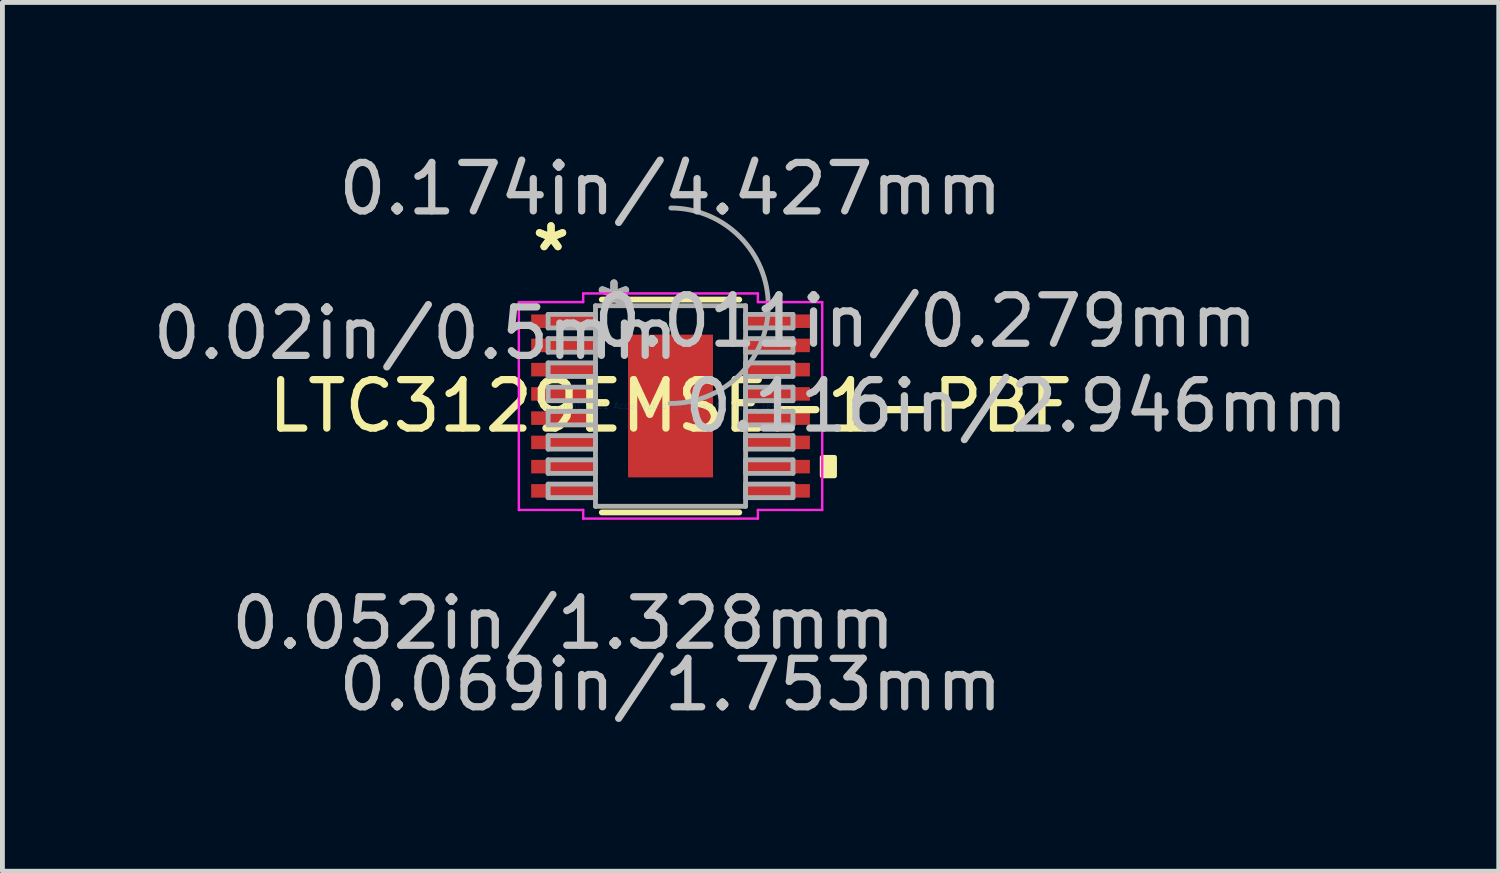
<source format=kicad_pcb>
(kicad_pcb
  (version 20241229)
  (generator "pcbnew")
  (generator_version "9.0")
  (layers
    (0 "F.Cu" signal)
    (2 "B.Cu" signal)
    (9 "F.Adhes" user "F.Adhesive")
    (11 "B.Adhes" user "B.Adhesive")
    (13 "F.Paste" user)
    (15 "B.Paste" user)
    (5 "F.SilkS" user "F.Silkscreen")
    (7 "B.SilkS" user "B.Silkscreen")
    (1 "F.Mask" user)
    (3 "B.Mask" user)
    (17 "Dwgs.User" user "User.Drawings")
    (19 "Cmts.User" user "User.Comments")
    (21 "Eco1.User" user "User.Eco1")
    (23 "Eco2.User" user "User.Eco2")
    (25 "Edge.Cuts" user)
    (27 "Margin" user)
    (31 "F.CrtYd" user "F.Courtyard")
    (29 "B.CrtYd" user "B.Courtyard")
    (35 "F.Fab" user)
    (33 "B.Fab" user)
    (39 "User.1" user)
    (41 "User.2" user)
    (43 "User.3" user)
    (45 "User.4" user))
  (footprint "LTC3129EMSE-1-PBF"
    (layer "F.Cu")
    (at 10.791 5.331)
    (property "Reference" "LTC3129EMSE-1-PBF" (at 0 0 0) (layer "F.SilkS") (effects (font (size 1 1) (thickness 0.15))))
    (attr through_hole)
    (fp_line (start -1.419 2.197) (end 1.419 2.197) (stroke (width 0.12) (type solid)) (layer "F.SilkS"))
    (fp_line (start 1.419 -2.197) (end -1.419 -2.197) (stroke (width 0.12) (type solid)) (layer "F.SilkS"))
    (fp_poly (pts (xy 3.385 1.06) (xy 3.385 1.441) (xy 3.131 1.441) (xy 3.131 1.06)) (stroke (width 0.1) (type solid)) (fill yes) (layer "F.SilkS"))
    (fp_poly (pts (xy -0.776 -1.373) (xy -0.776 -0.1) (xy 0.776 -0.1) (xy 0.776 -1.373)) (stroke (width 0.1) (type solid)) (fill yes) (layer "F.Paste"))
    (fp_poly (pts (xy -0.776 0.1) (xy -0.776 1.373) (xy 0.776 1.373) (xy 0.776 0.1)) (stroke (width 0.1) (type solid)) (fill yes) (layer "F.Paste"))
    (fp_line (start -3.131 -2.145) (end -1.803 -2.145) (stroke (width 0.05) (type solid)) (layer "F.CrtYd"))
    (fp_line (start -3.131 2.145) (end -3.131 -2.145) (stroke (width 0.05) (type solid)) (layer "F.CrtYd"))
    (fp_line (start -1.803 -2.324) (end 1.803 -2.324) (stroke (width 0.05) (type solid)) (layer "F.CrtYd"))
    (fp_line (start -1.803 -2.145) (end -1.803 -2.324) (stroke (width 0.05) (type solid)) (layer "F.CrtYd"))
    (fp_line (start -1.803 2.145) (end -3.131 2.145) (stroke (width 0.05) (type solid)) (layer "F.CrtYd"))
    (fp_line (start -1.803 2.324) (end -1.803 2.145) (stroke (width 0.05) (type solid)) (layer "F.CrtYd"))
    (fp_line (start 1.803 -2.324) (end 1.803 -2.145) (stroke (width 0.05) (type solid)) (layer "F.CrtYd"))
    (fp_line (start 1.803 -2.145) (end 3.131 -2.145) (stroke (width 0.05) (type solid)) (layer "F.CrtYd"))
    (fp_line (start 1.803 2.145) (end 1.803 2.324) (stroke (width 0.05) (type solid)) (layer "F.CrtYd"))
    (fp_line (start 1.803 2.324) (end -1.803 2.324) (stroke (width 0.05) (type solid)) (layer "F.CrtYd"))
    (fp_line (start 3.131 -2.145) (end 3.131 2.145) (stroke (width 0.05) (type solid)) (layer "F.CrtYd"))
    (fp_line (start 3.131 2.145) (end 1.803 2.145) (stroke (width 0.05) (type solid)) (layer "F.CrtYd"))
    (fp_line (start -2.527 -1.891) (end -2.527 -1.612) (stroke (width 0.1) (type solid)) (layer "F.Fab"))
    (fp_line (start -2.527 -1.612) (end -1.549 -1.612) (stroke (width 0.1) (type solid)) (layer "F.Fab"))
    (fp_line (start -2.527 -1.391) (end -2.527 -1.111) (stroke (width 0.1) (type solid)) (layer "F.Fab"))
    (fp_line (start -2.527 -1.111) (end -1.549 -1.111) (stroke (width 0.1) (type solid)) (layer "F.Fab"))
    (fp_line (start -2.527 -0.89) (end -2.527 -0.611) (stroke (width 0.1) (type solid)) (layer "F.Fab"))
    (fp_line (start -2.527 -0.611) (end -1.549 -0.611) (stroke (width 0.1) (type solid)) (layer "F.Fab"))
    (fp_line (start -2.527 -0.39) (end -2.527 -0.11) (stroke (width 0.1) (type solid)) (layer "F.Fab"))
    (fp_line (start -2.527 -0.11) (end -1.549 -0.11) (stroke (width 0.1) (type solid)) (layer "F.Fab"))
    (fp_line (start -2.527 0.11) (end -2.527 0.39) (stroke (width 0.1) (type solid)) (layer "F.Fab"))
    (fp_line (start -2.527 0.39) (end -1.549 0.39) (stroke (width 0.1) (type solid)) (layer "F.Fab"))
    (fp_line (start -2.527 0.611) (end -2.527 0.89) (stroke (width 0.1) (type solid)) (layer "F.Fab"))
    (fp_line (start -2.527 0.89) (end -1.549 0.89) (stroke (width 0.1) (type solid)) (layer "F.Fab"))
    (fp_line (start -2.527 1.111) (end -2.527 1.391) (stroke (width 0.1) (type solid)) (layer "F.Fab"))
    (fp_line (start -2.527 1.391) (end -1.549 1.391) (stroke (width 0.1) (type solid)) (layer "F.Fab"))
    (fp_line (start -2.527 1.612) (end -2.527 1.891) (stroke (width 0.1) (type solid)) (layer "F.Fab"))
    (fp_line (start -2.527 1.891) (end -1.549 1.891) (stroke (width 0.1) (type solid)) (layer "F.Fab"))
    (fp_line (start -1.549 -2.07) (end -1.549 2.07) (stroke (width 0.1) (type solid)) (layer "F.Fab"))
    (fp_line (start -1.549 -1.891) (end -2.527 -1.891) (stroke (width 0.1) (type solid)) (layer "F.Fab"))
    (fp_line (start -1.549 -1.612) (end -1.549 -1.891) (stroke (width 0.1) (type solid)) (layer "F.Fab"))
    (fp_line (start -1.549 -1.391) (end -2.527 -1.391) (stroke (width 0.1) (type solid)) (layer "F.Fab"))
    (fp_line (start -1.549 -1.111) (end -1.549 -1.391) (stroke (width 0.1) (type solid)) (layer "F.Fab"))
    (fp_line (start -1.549 -0.89) (end -2.527 -0.89) (stroke (width 0.1) (type solid)) (layer "F.Fab"))
    (fp_line (start -1.549 -0.611) (end -1.549 -0.89) (stroke (width 0.1) (type solid)) (layer "F.Fab"))
    (fp_line (start -1.549 -0.39) (end -2.527 -0.39) (stroke (width 0.1) (type solid)) (layer "F.Fab"))
    (fp_line (start -1.549 -0.11) (end -1.549 -0.39) (stroke (width 0.1) (type solid)) (layer "F.Fab"))
    (fp_line (start -1.549 0.11) (end -2.527 0.11) (stroke (width 0.1) (type solid)) (layer "F.Fab"))
    (fp_line (start -1.549 0.39) (end -1.549 0.11) (stroke (width 0.1) (type solid)) (layer "F.Fab"))
    (fp_line (start -1.549 0.611) (end -2.527 0.611) (stroke (width 0.1) (type solid)) (layer "F.Fab"))
    (fp_line (start -1.549 0.89) (end -1.549 0.611) (stroke (width 0.1) (type solid)) (layer "F.Fab"))
    (fp_line (start -1.549 1.111) (end -2.527 1.111) (stroke (width 0.1) (type solid)) (layer "F.Fab"))
    (fp_line (start -1.549 1.391) (end -1.549 1.111) (stroke (width 0.1) (type solid)) (layer "F.Fab"))
    (fp_line (start -1.549 1.612) (end -2.527 1.612) (stroke (width 0.1) (type solid)) (layer "F.Fab"))
    (fp_line (start -1.549 1.891) (end -1.549 1.612) (stroke (width 0.1) (type solid)) (layer "F.Fab"))
    (fp_line (start -1.549 2.07) (end 1.549 2.07) (stroke (width 0.1) (type solid)) (layer "F.Fab"))
    (fp_line (start 1.549 -2.07) (end -1.549 -2.07) (stroke (width 0.1) (type solid)) (layer "F.Fab"))
    (fp_line (start 1.549 -1.891) (end 1.549 -1.612) (stroke (width 0.1) (type solid)) (layer "F.Fab"))
    (fp_line (start 1.549 -1.612) (end 2.527 -1.612) (stroke (width 0.1) (type solid)) (layer "F.Fab"))
    (fp_line (start 1.549 -1.391) (end 1.549 -1.111) (stroke (width 0.1) (type solid)) (layer "F.Fab"))
    (fp_line (start 1.549 -1.111) (end 2.527 -1.111) (stroke (width 0.1) (type solid)) (layer "F.Fab"))
    (fp_line (start 1.549 -0.89) (end 1.549 -0.611) (stroke (width 0.1) (type solid)) (layer "F.Fab"))
    (fp_line (start 1.549 -0.611) (end 2.527 -0.611) (stroke (width 0.1) (type solid)) (layer "F.Fab"))
    (fp_line (start 1.549 -0.39) (end 1.549 -0.11) (stroke (width 0.1) (type solid)) (layer "F.Fab"))
    (fp_line (start 1.549 -0.11) (end 2.527 -0.11) (stroke (width 0.1) (type solid)) (layer "F.Fab"))
    (fp_line (start 1.549 0.11) (end 1.549 0.39) (stroke (width 0.1) (type solid)) (layer "F.Fab"))
    (fp_line (start 1.549 0.39) (end 2.527 0.39) (stroke (width 0.1) (type solid)) (layer "F.Fab"))
    (fp_line (start 1.549 0.611) (end 1.549 0.89) (stroke (width 0.1) (type solid)) (layer "F.Fab"))
    (fp_line (start 1.549 0.89) (end 2.527 0.89) (stroke (width 0.1) (type solid)) (layer "F.Fab"))
    (fp_line (start 1.549 1.111) (end 1.549 1.391) (stroke (width 0.1) (type solid)) (layer "F.Fab"))
    (fp_line (start 1.549 1.391) (end 2.527 1.391) (stroke (width 0.1) (type solid)) (layer "F.Fab"))
    (fp_line (start 1.549 1.612) (end 1.549 1.891) (stroke (width 0.1) (type solid)) (layer "F.Fab"))
    (fp_line (start 1.549 1.891) (end 2.527 1.891) (stroke (width 0.1) (type solid)) (layer "F.Fab"))
    (fp_line (start 1.549 2.07) (end 1.549 -2.07) (stroke (width 0.1) (type solid)) (layer "F.Fab"))
    (fp_line (start 2.527 -1.891) (end 1.549 -1.891) (stroke (width 0.1) (type solid)) (layer "F.Fab"))
    (fp_line (start 2.527 -1.612) (end 2.527 -1.891) (stroke (width 0.1) (type solid)) (layer "F.Fab"))
    (fp_line (start 2.527 -1.391) (end 1.549 -1.391) (stroke (width 0.1) (type solid)) (layer "F.Fab"))
    (fp_line (start 2.527 -1.111) (end 2.527 -1.391) (stroke (width 0.1) (type solid)) (layer "F.Fab"))
    (fp_line (start 2.527 -0.89) (end 1.549 -0.89) (stroke (width 0.1) (type solid)) (layer "F.Fab"))
    (fp_line (start 2.527 -0.611) (end 2.527 -0.89) (stroke (width 0.1) (type solid)) (layer "F.Fab"))
    (fp_line (start 2.527 -0.39) (end 1.549 -0.39) (stroke (width 0.1) (type solid)) (layer "F.Fab"))
    (fp_line (start 2.527 -0.11) (end 2.527 -0.39) (stroke (width 0.1) (type solid)) (layer "F.Fab"))
    (fp_line (start 2.527 0.11) (end 1.549 0.11) (stroke (width 0.1) (type solid)) (layer "F.Fab"))
    (fp_line (start 2.527 0.39) (end 2.527 0.11) (stroke (width 0.1) (type solid)) (layer "F.Fab"))
    (fp_line (start 2.527 0.611) (end 1.549 0.611) (stroke (width 0.1) (type solid)) (layer "F.Fab"))
    (fp_line (start 2.527 0.89) (end 2.527 0.611) (stroke (width 0.1) (type solid)) (layer "F.Fab"))
    (fp_line (start 2.527 1.111) (end 1.549 1.111) (stroke (width 0.1) (type solid)) (layer "F.Fab"))
    (fp_line (start 2.527 1.391) (end 2.527 1.111) (stroke (width 0.1) (type solid)) (layer "F.Fab"))
    (fp_line (start 2.527 1.612) (end 1.549 1.612) (stroke (width 0.1) (type solid)) (layer "F.Fab"))
    (fp_line (start 2.527 1.891) (end 2.527 1.612) (stroke (width 0.1) (type solid)) (layer "F.Fab"))
    (fp_arc (start 0.007742 -4.08762) (mid 2.01752 -2.062358) (end -0.007742 -0.05258) (stroke (width 0.1) (type solid)) (layer "F.Fab"))
    (fp_text user "*" (at -2.467 -3.174 0) (layer "F.SilkS") (effects (font (size 1 1) (thickness 0.15))))
    (fp_text user "*" (at -2.467 -3.174 0) (layer "F.SilkS") (effects (font (size 1 1) (thickness 0.15))))
    (fp_text user "0.069in/1.753mm" (at 0 5.753 0) (layer "Dwgs.User") (effects (font (size 1 1) (thickness 0.15))))
    (fp_text user "0.116in/2.946mm" (at 7.137 0 0) (layer "Dwgs.User") (effects (font (size 1 1) (thickness 0.15))))
    (fp_text user "0.174in/4.427mm" (at 0 -4.483 0) (layer "Dwgs.User") (effects (font (size 1 1) (thickness 0.15))))
    (fp_text user "0.011in/0.279mm" (at 5.261 -1.751 0) (layer "Dwgs.User") (effects (font (size 1 1) (thickness 0.15))))
    (fp_text user "0.02in/0.5mm" (at -5.261 -1.501 0) (layer "Dwgs.User") (effects (font (size 1 1) (thickness 0.15))))
    (fp_text user "0.052in/1.328mm" (at -2.213 4.483 0) (layer "Dwgs.User") (effects (font (size 1 1) (thickness 0.15))))
    (fp_text user "Copyright 2021 Accelerated Designs. All rights reserved." (at 0 0 0) (layer "Cmts.User") (effects (font (size 0.127 0.127) (thickness 0.002))))
    (fp_text user "*" (at -1.168 -1.994 0) (layer "F.Fab") (effects (font (size 1 1) (thickness 0.15))))
    (fp_text user "*" (at -1.168 -1.994 0) (layer "F.Fab") (effects (font (size 1 1) (thickness 0.15))))
    (pad "1" smd rect (at -2.213 -1.751) (size 1.328 0.279) (layers "F.Cu" "F.Mask" "F.Paste"))
    (pad "2" smd rect (at -2.213 -1.251) (size 1.328 0.279) (layers "F.Cu" "F.Mask" "F.Paste"))
    (pad "3" smd rect (at -2.213 -0.751) (size 1.328 0.279) (layers "F.Cu" "F.Mask" "F.Paste"))
    (pad "4" smd rect (at -2.213 -0.25) (size 1.328 0.279) (layers "F.Cu" "F.Mask" "F.Paste"))
    (pad "5" smd rect (at -2.213 0.25) (size 1.328 0.279) (layers "F.Cu" "F.Mask" "F.Paste"))
    (pad "6" smd rect (at -2.213 0.751) (size 1.328 0.279) (layers "F.Cu" "F.Mask" "F.Paste"))
    (pad "7" smd rect (at -2.213 1.251) (size 1.328 0.279) (layers "F.Cu" "F.Mask" "F.Paste"))
    (pad "8" smd rect (at -2.213 1.751) (size 1.328 0.279) (layers "F.Cu" "F.Mask" "F.Paste"))
    (pad "9" smd rect (at 2.213 1.751) (size 1.328 0.279) (layers "F.Cu" "F.Mask" "F.Paste"))
    (pad "10" smd rect (at 2.213 1.251) (size 1.328 0.279) (layers "F.Cu" "F.Mask" "F.Paste"))
    (pad "11" smd rect (at 2.213 0.751) (size 1.328 0.279) (layers "F.Cu" "F.Mask" "F.Paste"))
    (pad "12" smd rect (at 2.213 0.25) (size 1.328 0.279) (layers "F.Cu" "F.Mask" "F.Paste"))
    (pad "13" smd rect (at 2.213 -0.25) (size 1.328 0.279) (layers "F.Cu" "F.Mask" "F.Paste"))
    (pad "14" smd rect (at 2.213 -0.751) (size 1.328 0.279) (layers "F.Cu" "F.Mask" "F.Paste"))
    (pad "15" smd rect (at 2.213 -1.251) (size 1.328 0.279) (layers "F.Cu" "F.Mask" "F.Paste"))
    (pad "16" smd rect (at 2.213 -1.751) (size 1.328 0.279) (layers "F.Cu" "F.Mask" "F.Paste"))
    (pad "EPAD" smd rect (at 0 0) (size 1.753 2.946) (layers "F.Cu" "F.Mask")))
  (gr_rect
    (start -3 -3)
    (end 27.887 14.933)
    (stroke (width 0.1) (type default))
    (fill no)
    (layer "Edge.Cuts")))
</source>
